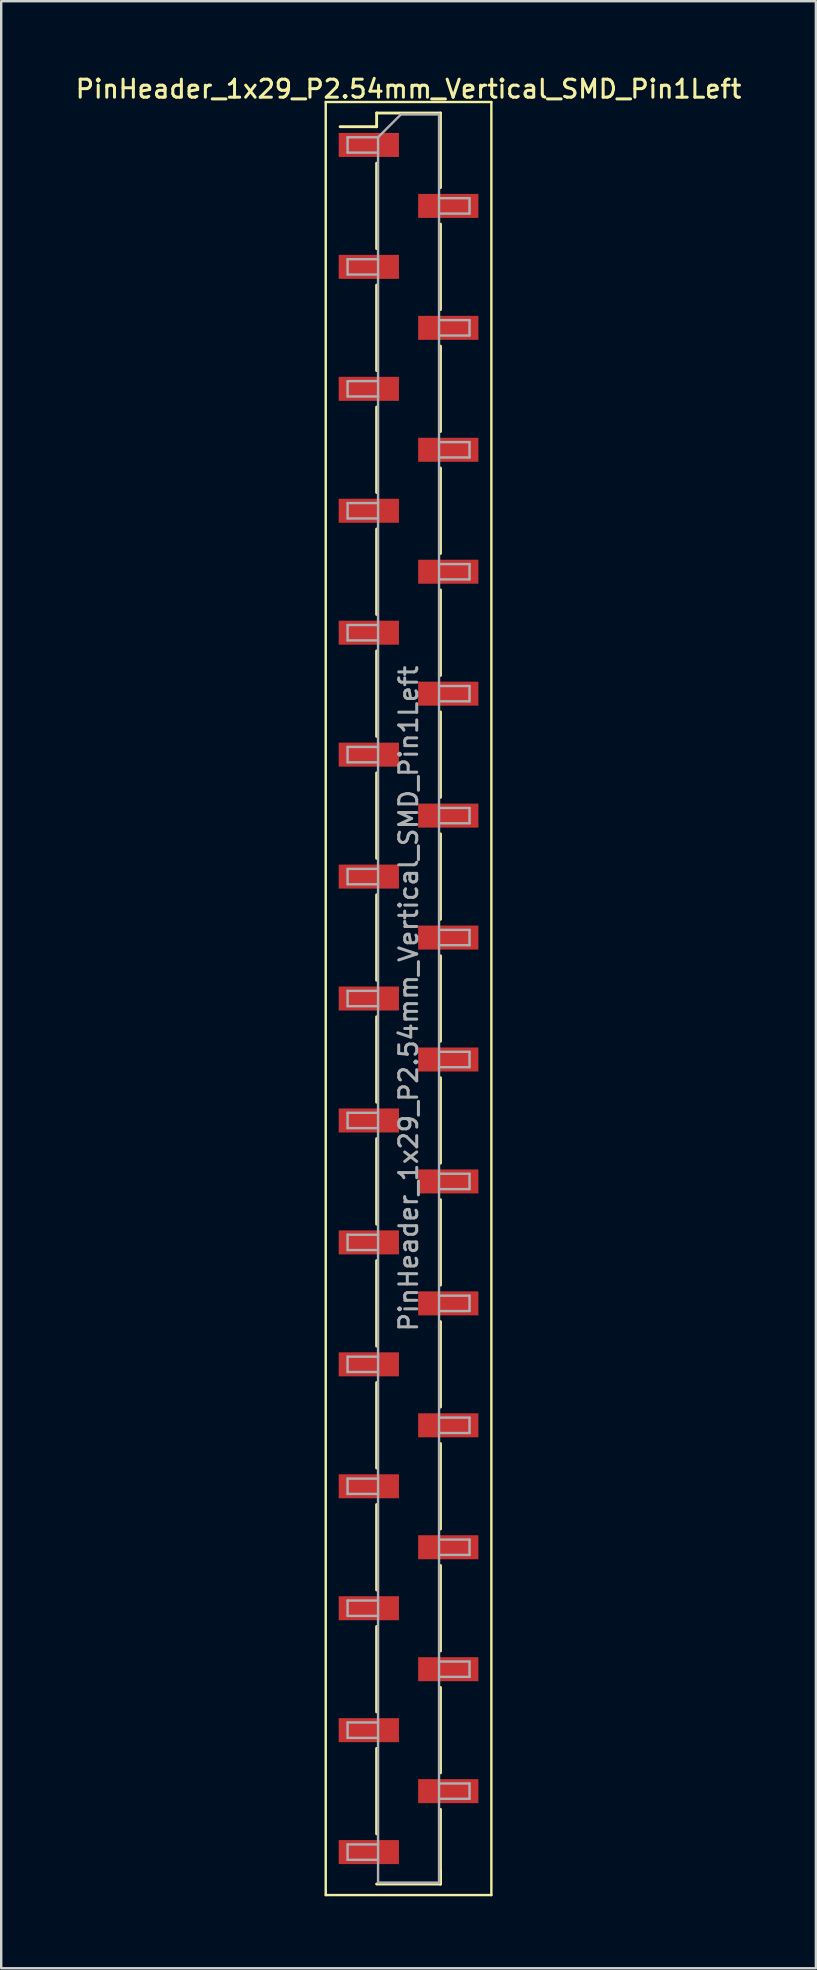
<source format=kicad_pcb>
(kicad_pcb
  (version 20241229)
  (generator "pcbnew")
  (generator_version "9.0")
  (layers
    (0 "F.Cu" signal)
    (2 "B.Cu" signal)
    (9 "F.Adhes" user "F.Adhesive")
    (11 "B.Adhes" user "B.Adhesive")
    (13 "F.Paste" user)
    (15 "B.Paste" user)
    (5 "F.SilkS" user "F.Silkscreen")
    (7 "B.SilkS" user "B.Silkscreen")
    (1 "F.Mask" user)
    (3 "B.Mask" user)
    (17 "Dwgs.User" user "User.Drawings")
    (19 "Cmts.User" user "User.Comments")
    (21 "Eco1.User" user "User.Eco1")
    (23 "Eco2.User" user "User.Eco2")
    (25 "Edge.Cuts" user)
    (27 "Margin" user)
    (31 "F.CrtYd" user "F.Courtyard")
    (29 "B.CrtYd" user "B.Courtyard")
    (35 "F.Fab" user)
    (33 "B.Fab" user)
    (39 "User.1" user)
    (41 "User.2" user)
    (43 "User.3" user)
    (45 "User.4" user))
  (footprint "PinHeader_1x29_P2.54mm_Vertical_SMD_Pin1Left"
    (layer "F.Cu")
    (at 13.97 38.548)
    (property "Reference" "PinHeader_1x29_P2.54mm_Vertical_SMD_Pin1Left" (at 0 -37.89 0) (layer "F.SilkS") (effects (font (size 0.75 0.75) (thickness 0.125))))
    (attr smd)
    (fp_line (start -3.45 -37.35) (end -3.45 37.35) (stroke (width 0.1) (type solid)) (layer "F.SilkS"))
    (fp_line (start -3.45 37.35) (end 3.45 37.35) (stroke (width 0.1) (type solid)) (layer "F.SilkS"))
    (fp_line (start -1.33 -36.89) (end -1.33 -36.32) (stroke (width 0.12) (type solid)) (layer "F.SilkS"))
    (fp_line (start -1.33 -36.89) (end 1.33 -36.89) (stroke (width 0.12) (type solid)) (layer "F.SilkS"))
    (fp_line (start -1.33 -36.32) (end -2.85 -36.32) (stroke (width 0.12) (type solid)) (layer "F.SilkS"))
    (fp_line (start -1.33 -34.8) (end -1.33 -31.24) (stroke (width 0.12) (type solid)) (layer "F.SilkS"))
    (fp_line (start -1.33 -29.72) (end -1.33 -26.16) (stroke (width 0.12) (type solid)) (layer "F.SilkS"))
    (fp_line (start -1.33 -24.64) (end -1.33 -21.08) (stroke (width 0.12) (type solid)) (layer "F.SilkS"))
    (fp_line (start -1.33 -19.56) (end -1.33 -16) (stroke (width 0.12) (type solid)) (layer "F.SilkS"))
    (fp_line (start -1.33 -14.48) (end -1.33 -10.92) (stroke (width 0.12) (type solid)) (layer "F.SilkS"))
    (fp_line (start -1.33 -9.4) (end -1.33 -5.84) (stroke (width 0.12) (type solid)) (layer "F.SilkS"))
    (fp_line (start -1.33 -4.32) (end -1.33 -0.76) (stroke (width 0.12) (type solid)) (layer "F.SilkS"))
    (fp_line (start -1.33 0.76) (end -1.33 4.32) (stroke (width 0.12) (type solid)) (layer "F.SilkS"))
    (fp_line (start -1.33 5.84) (end -1.33 9.4) (stroke (width 0.12) (type solid)) (layer "F.SilkS"))
    (fp_line (start -1.33 10.92) (end -1.33 14.48) (stroke (width 0.12) (type solid)) (layer "F.SilkS"))
    (fp_line (start -1.33 16) (end -1.33 19.56) (stroke (width 0.12) (type solid)) (layer "F.SilkS"))
    (fp_line (start -1.33 21.08) (end -1.33 24.64) (stroke (width 0.12) (type solid)) (layer "F.SilkS"))
    (fp_line (start -1.33 26.16) (end -1.33 29.72) (stroke (width 0.12) (type solid)) (layer "F.SilkS"))
    (fp_line (start -1.33 31.24) (end -1.33 34.8) (stroke (width 0.12) (type solid)) (layer "F.SilkS"))
    (fp_line (start -1.33 36.89) (end 1.33 36.89) (stroke (width 0.12) (type solid)) (layer "F.SilkS"))
    (fp_line (start 1.33 -36.89) (end 1.33 -33.78) (stroke (width 0.12) (type solid)) (layer "F.SilkS"))
    (fp_line (start 1.33 -32.26) (end 1.33 -28.7) (stroke (width 0.12) (type solid)) (layer "F.SilkS"))
    (fp_line (start 1.33 -27.18) (end 1.33 -23.62) (stroke (width 0.12) (type solid)) (layer "F.SilkS"))
    (fp_line (start 1.33 -22.1) (end 1.33 -18.54) (stroke (width 0.12) (type solid)) (layer "F.SilkS"))
    (fp_line (start 1.33 -17.02) (end 1.33 -13.46) (stroke (width 0.12) (type solid)) (layer "F.SilkS"))
    (fp_line (start 1.33 -11.94) (end 1.33 -8.38) (stroke (width 0.12) (type solid)) (layer "F.SilkS"))
    (fp_line (start 1.33 -6.86) (end 1.33 -3.3) (stroke (width 0.12) (type solid)) (layer "F.SilkS"))
    (fp_line (start 1.33 -1.78) (end 1.33 1.78) (stroke (width 0.12) (type solid)) (layer "F.SilkS"))
    (fp_line (start 1.33 3.3) (end 1.33 6.86) (stroke (width 0.12) (type solid)) (layer "F.SilkS"))
    (fp_line (start 1.33 8.38) (end 1.33 11.94) (stroke (width 0.12) (type solid)) (layer "F.SilkS"))
    (fp_line (start 1.33 13.46) (end 1.33 17.02) (stroke (width 0.12) (type solid)) (layer "F.SilkS"))
    (fp_line (start 1.33 18.54) (end 1.33 22.1) (stroke (width 0.12) (type solid)) (layer "F.SilkS"))
    (fp_line (start 1.33 23.62) (end 1.33 27.18) (stroke (width 0.12) (type solid)) (layer "F.SilkS"))
    (fp_line (start 1.33 28.7) (end 1.33 32.26) (stroke (width 0.12) (type solid)) (layer "F.SilkS"))
    (fp_line (start 1.33 33.78) (end 1.33 36.89) (stroke (width 0.12) (type solid)) (layer "F.SilkS"))
    (fp_line (start 1.33 36.32) (end 1.33 36.89) (stroke (width 0.12) (type solid)) (layer "F.SilkS"))
    (fp_line (start 3.45 -37.35) (end -3.45 -37.35) (stroke (width 0.1) (type solid)) (layer "F.SilkS"))
    (fp_line (start 3.45 37.35) (end 3.45 -37.35) (stroke (width 0.1) (type solid)) (layer "F.SilkS"))
    (fp_line (start -2.54 -35.88) (end -2.54 -35.24) (stroke (width 0.1) (type solid)) (layer "F.Fab"))
    (fp_line (start -2.54 -35.24) (end -1.27 -35.24) (stroke (width 0.1) (type solid)) (layer "F.Fab"))
    (fp_line (start -2.54 -30.8) (end -2.54 -30.16) (stroke (width 0.1) (type solid)) (layer "F.Fab"))
    (fp_line (start -2.54 -30.16) (end -1.27 -30.16) (stroke (width 0.1) (type solid)) (layer "F.Fab"))
    (fp_line (start -2.54 -25.72) (end -2.54 -25.08) (stroke (width 0.1) (type solid)) (layer "F.Fab"))
    (fp_line (start -2.54 -25.08) (end -1.27 -25.08) (stroke (width 0.1) (type solid)) (layer "F.Fab"))
    (fp_line (start -2.54 -20.64) (end -2.54 -20) (stroke (width 0.1) (type solid)) (layer "F.Fab"))
    (fp_line (start -2.54 -20) (end -1.27 -20) (stroke (width 0.1) (type solid)) (layer "F.Fab"))
    (fp_line (start -2.54 -15.56) (end -2.54 -14.92) (stroke (width 0.1) (type solid)) (layer "F.Fab"))
    (fp_line (start -2.54 -14.92) (end -1.27 -14.92) (stroke (width 0.1) (type solid)) (layer "F.Fab"))
    (fp_line (start -2.54 -10.48) (end -2.54 -9.84) (stroke (width 0.1) (type solid)) (layer "F.Fab"))
    (fp_line (start -2.54 -9.84) (end -1.27 -9.84) (stroke (width 0.1) (type solid)) (layer "F.Fab"))
    (fp_line (start -2.54 -5.4) (end -2.54 -4.76) (stroke (width 0.1) (type solid)) (layer "F.Fab"))
    (fp_line (start -2.54 -4.76) (end -1.27 -4.76) (stroke (width 0.1) (type solid)) (layer "F.Fab"))
    (fp_line (start -2.54 -0.32) (end -2.54 0.32) (stroke (width 0.1) (type solid)) (layer "F.Fab"))
    (fp_line (start -2.54 0.32) (end -1.27 0.32) (stroke (width 0.1) (type solid)) (layer "F.Fab"))
    (fp_line (start -2.54 4.76) (end -2.54 5.4) (stroke (width 0.1) (type solid)) (layer "F.Fab"))
    (fp_line (start -2.54 5.4) (end -1.27 5.4) (stroke (width 0.1) (type solid)) (layer "F.Fab"))
    (fp_line (start -2.54 9.84) (end -2.54 10.48) (stroke (width 0.1) (type solid)) (layer "F.Fab"))
    (fp_line (start -2.54 10.48) (end -1.27 10.48) (stroke (width 0.1) (type solid)) (layer "F.Fab"))
    (fp_line (start -2.54 14.92) (end -2.54 15.56) (stroke (width 0.1) (type solid)) (layer "F.Fab"))
    (fp_line (start -2.54 15.56) (end -1.27 15.56) (stroke (width 0.1) (type solid)) (layer "F.Fab"))
    (fp_line (start -2.54 20) (end -2.54 20.64) (stroke (width 0.1) (type solid)) (layer "F.Fab"))
    (fp_line (start -2.54 20.64) (end -1.27 20.64) (stroke (width 0.1) (type solid)) (layer "F.Fab"))
    (fp_line (start -2.54 25.08) (end -2.54 25.72) (stroke (width 0.1) (type solid)) (layer "F.Fab"))
    (fp_line (start -2.54 25.72) (end -1.27 25.72) (stroke (width 0.1) (type solid)) (layer "F.Fab"))
    (fp_line (start -2.54 30.16) (end -2.54 30.8) (stroke (width 0.1) (type solid)) (layer "F.Fab"))
    (fp_line (start -2.54 30.8) (end -1.27 30.8) (stroke (width 0.1) (type solid)) (layer "F.Fab"))
    (fp_line (start -2.54 35.24) (end -2.54 35.88) (stroke (width 0.1) (type solid)) (layer "F.Fab"))
    (fp_line (start -2.54 35.88) (end -1.27 35.88) (stroke (width 0.1) (type solid)) (layer "F.Fab"))
    (fp_line (start -1.27 -35.88) (end -2.54 -35.88) (stroke (width 0.1) (type solid)) (layer "F.Fab"))
    (fp_line (start -1.27 -35.88) (end -0.32 -36.83) (stroke (width 0.1) (type solid)) (layer "F.Fab"))
    (fp_line (start -1.27 -30.8) (end -2.54 -30.8) (stroke (width 0.1) (type solid)) (layer "F.Fab"))
    (fp_line (start -1.27 -25.72) (end -2.54 -25.72) (stroke (width 0.1) (type solid)) (layer "F.Fab"))
    (fp_line (start -1.27 -20.64) (end -2.54 -20.64) (stroke (width 0.1) (type solid)) (layer "F.Fab"))
    (fp_line (start -1.27 -15.56) (end -2.54 -15.56) (stroke (width 0.1) (type solid)) (layer "F.Fab"))
    (fp_line (start -1.27 -10.48) (end -2.54 -10.48) (stroke (width 0.1) (type solid)) (layer "F.Fab"))
    (fp_line (start -1.27 -5.4) (end -2.54 -5.4) (stroke (width 0.1) (type solid)) (layer "F.Fab"))
    (fp_line (start -1.27 -0.32) (end -2.54 -0.32) (stroke (width 0.1) (type solid)) (layer "F.Fab"))
    (fp_line (start -1.27 4.76) (end -2.54 4.76) (stroke (width 0.1) (type solid)) (layer "F.Fab"))
    (fp_line (start -1.27 9.84) (end -2.54 9.84) (stroke (width 0.1) (type solid)) (layer "F.Fab"))
    (fp_line (start -1.27 14.92) (end -2.54 14.92) (stroke (width 0.1) (type solid)) (layer "F.Fab"))
    (fp_line (start -1.27 20) (end -2.54 20) (stroke (width 0.1) (type solid)) (layer "F.Fab"))
    (fp_line (start -1.27 25.08) (end -2.54 25.08) (stroke (width 0.1) (type solid)) (layer "F.Fab"))
    (fp_line (start -1.27 30.16) (end -2.54 30.16) (stroke (width 0.1) (type solid)) (layer "F.Fab"))
    (fp_line (start -1.27 35.24) (end -2.54 35.24) (stroke (width 0.1) (type solid)) (layer "F.Fab"))
    (fp_line (start -1.27 36.83) (end -1.27 -35.88) (stroke (width 0.1) (type solid)) (layer "F.Fab"))
    (fp_line (start -0.32 -36.83) (end 1.27 -36.83) (stroke (width 0.1) (type solid)) (layer "F.Fab"))
    (fp_line (start 1.27 -36.83) (end 1.27 36.83) (stroke (width 0.1) (type solid)) (layer "F.Fab"))
    (fp_line (start 1.27 -33.34) (end 2.54 -33.34) (stroke (width 0.1) (type solid)) (layer "F.Fab"))
    (fp_line (start 1.27 -28.26) (end 2.54 -28.26) (stroke (width 0.1) (type solid)) (layer "F.Fab"))
    (fp_line (start 1.27 -23.18) (end 2.54 -23.18) (stroke (width 0.1) (type solid)) (layer "F.Fab"))
    (fp_line (start 1.27 -18.1) (end 2.54 -18.1) (stroke (width 0.1) (type solid)) (layer "F.Fab"))
    (fp_line (start 1.27 -13.02) (end 2.54 -13.02) (stroke (width 0.1) (type solid)) (layer "F.Fab"))
    (fp_line (start 1.27 -7.94) (end 2.54 -7.94) (stroke (width 0.1) (type solid)) (layer "F.Fab"))
    (fp_line (start 1.27 -2.86) (end 2.54 -2.86) (stroke (width 0.1) (type solid)) (layer "F.Fab"))
    (fp_line (start 1.27 2.22) (end 2.54 2.22) (stroke (width 0.1) (type solid)) (layer "F.Fab"))
    (fp_line (start 1.27 7.3) (end 2.54 7.3) (stroke (width 0.1) (type solid)) (layer "F.Fab"))
    (fp_line (start 1.27 12.38) (end 2.54 12.38) (stroke (width 0.1) (type solid)) (layer "F.Fab"))
    (fp_line (start 1.27 17.46) (end 2.54 17.46) (stroke (width 0.1) (type solid)) (layer "F.Fab"))
    (fp_line (start 1.27 22.54) (end 2.54 22.54) (stroke (width 0.1) (type solid)) (layer "F.Fab"))
    (fp_line (start 1.27 27.62) (end 2.54 27.62) (stroke (width 0.1) (type solid)) (layer "F.Fab"))
    (fp_line (start 1.27 32.7) (end 2.54 32.7) (stroke (width 0.1) (type solid)) (layer "F.Fab"))
    (fp_line (start 1.27 36.83) (end -1.27 36.83) (stroke (width 0.1) (type solid)) (layer "F.Fab"))
    (fp_line (start 2.54 -33.34) (end 2.54 -32.7) (stroke (width 0.1) (type solid)) (layer "F.Fab"))
    (fp_line (start 2.54 -32.7) (end 1.27 -32.7) (stroke (width 0.1) (type solid)) (layer "F.Fab"))
    (fp_line (start 2.54 -28.26) (end 2.54 -27.62) (stroke (width 0.1) (type solid)) (layer "F.Fab"))
    (fp_line (start 2.54 -27.62) (end 1.27 -27.62) (stroke (width 0.1) (type solid)) (layer "F.Fab"))
    (fp_line (start 2.54 -23.18) (end 2.54 -22.54) (stroke (width 0.1) (type solid)) (layer "F.Fab"))
    (fp_line (start 2.54 -22.54) (end 1.27 -22.54) (stroke (width 0.1) (type solid)) (layer "F.Fab"))
    (fp_line (start 2.54 -18.1) (end 2.54 -17.46) (stroke (width 0.1) (type solid)) (layer "F.Fab"))
    (fp_line (start 2.54 -17.46) (end 1.27 -17.46) (stroke (width 0.1) (type solid)) (layer "F.Fab"))
    (fp_line (start 2.54 -13.02) (end 2.54 -12.38) (stroke (width 0.1) (type solid)) (layer "F.Fab"))
    (fp_line (start 2.54 -12.38) (end 1.27 -12.38) (stroke (width 0.1) (type solid)) (layer "F.Fab"))
    (fp_line (start 2.54 -7.94) (end 2.54 -7.3) (stroke (width 0.1) (type solid)) (layer "F.Fab"))
    (fp_line (start 2.54 -7.3) (end 1.27 -7.3) (stroke (width 0.1) (type solid)) (layer "F.Fab"))
    (fp_line (start 2.54 -2.86) (end 2.54 -2.22) (stroke (width 0.1) (type solid)) (layer "F.Fab"))
    (fp_line (start 2.54 -2.22) (end 1.27 -2.22) (stroke (width 0.1) (type solid)) (layer "F.Fab"))
    (fp_line (start 2.54 2.22) (end 2.54 2.86) (stroke (width 0.1) (type solid)) (layer "F.Fab"))
    (fp_line (start 2.54 2.86) (end 1.27 2.86) (stroke (width 0.1) (type solid)) (layer "F.Fab"))
    (fp_line (start 2.54 7.3) (end 2.54 7.94) (stroke (width 0.1) (type solid)) (layer "F.Fab"))
    (fp_line (start 2.54 7.94) (end 1.27 7.94) (stroke (width 0.1) (type solid)) (layer "F.Fab"))
    (fp_line (start 2.54 12.38) (end 2.54 13.02) (stroke (width 0.1) (type solid)) (layer "F.Fab"))
    (fp_line (start 2.54 13.02) (end 1.27 13.02) (stroke (width 0.1) (type solid)) (layer "F.Fab"))
    (fp_line (start 2.54 17.46) (end 2.54 18.1) (stroke (width 0.1) (type solid)) (layer "F.Fab"))
    (fp_line (start 2.54 18.1) (end 1.27 18.1) (stroke (width 0.1) (type solid)) (layer "F.Fab"))
    (fp_line (start 2.54 22.54) (end 2.54 23.18) (stroke (width 0.1) (type solid)) (layer "F.Fab"))
    (fp_line (start 2.54 23.18) (end 1.27 23.18) (stroke (width 0.1) (type solid)) (layer "F.Fab"))
    (fp_line (start 2.54 27.62) (end 2.54 28.26) (stroke (width 0.1) (type solid)) (layer "F.Fab"))
    (fp_line (start 2.54 28.26) (end 1.27 28.26) (stroke (width 0.1) (type solid)) (layer "F.Fab"))
    (fp_line (start 2.54 32.7) (end 2.54 33.34) (stroke (width 0.1) (type solid)) (layer "F.Fab"))
    (fp_line (start 2.54 33.34) (end 1.27 33.34) (stroke (width 0.1) (type solid)) (layer "F.Fab"))
    (fp_text user "${REFERENCE}" (at 0 0 90) (layer "F.Fab") (effects (font (size 0.75 0.75) (thickness 0.125))))
    (pad "1" smd rect (at -1.655 -35.56) (size 2.51 1) (layers "F.Cu" "F.Mask" "F.Paste"))
    (pad "2" smd rect (at 1.655 -33.02) (size 2.51 1) (layers "F.Cu" "F.Mask" "F.Paste"))
    (pad "3" smd rect (at -1.655 -30.48) (size 2.51 1) (layers "F.Cu" "F.Mask" "F.Paste"))
    (pad "4" smd rect (at 1.655 -27.94) (size 2.51 1) (layers "F.Cu" "F.Mask" "F.Paste"))
    (pad "5" smd rect (at -1.655 -25.4) (size 2.51 1) (layers "F.Cu" "F.Mask" "F.Paste"))
    (pad "6" smd rect (at 1.655 -22.86) (size 2.51 1) (layers "F.Cu" "F.Mask" "F.Paste"))
    (pad "7" smd rect (at -1.655 -20.32) (size 2.51 1) (layers "F.Cu" "F.Mask" "F.Paste"))
    (pad "8" smd rect (at 1.655 -17.78) (size 2.51 1) (layers "F.Cu" "F.Mask" "F.Paste"))
    (pad "9" smd rect (at -1.655 -15.24) (size 2.51 1) (layers "F.Cu" "F.Mask" "F.Paste"))
    (pad "10" smd rect (at 1.655 -12.7) (size 2.51 1) (layers "F.Cu" "F.Mask" "F.Paste"))
    (pad "11" smd rect (at -1.655 -10.16) (size 2.51 1) (layers "F.Cu" "F.Mask" "F.Paste"))
    (pad "12" smd rect (at 1.655 -7.62) (size 2.51 1) (layers "F.Cu" "F.Mask" "F.Paste"))
    (pad "13" smd rect (at -1.655 -5.08) (size 2.51 1) (layers "F.Cu" "F.Mask" "F.Paste"))
    (pad "14" smd rect (at 1.655 -2.54) (size 2.51 1) (layers "F.Cu" "F.Mask" "F.Paste"))
    (pad "15" smd rect (at -1.655 0) (size 2.51 1) (layers "F.Cu" "F.Mask" "F.Paste"))
    (pad "16" smd rect (at 1.655 2.54) (size 2.51 1) (layers "F.Cu" "F.Mask" "F.Paste"))
    (pad "17" smd rect (at -1.655 5.08) (size 2.51 1) (layers "F.Cu" "F.Mask" "F.Paste"))
    (pad "18" smd rect (at 1.655 7.62) (size 2.51 1) (layers "F.Cu" "F.Mask" "F.Paste"))
    (pad "19" smd rect (at -1.655 10.16) (size 2.51 1) (layers "F.Cu" "F.Mask" "F.Paste"))
    (pad "20" smd rect (at 1.655 12.7) (size 2.51 1) (layers "F.Cu" "F.Mask" "F.Paste"))
    (pad "21" smd rect (at -1.655 15.24) (size 2.51 1) (layers "F.Cu" "F.Mask" "F.Paste"))
    (pad "22" smd rect (at 1.655 17.78) (size 2.51 1) (layers "F.Cu" "F.Mask" "F.Paste"))
    (pad "23" smd rect (at -1.655 20.32) (size 2.51 1) (layers "F.Cu" "F.Mask" "F.Paste"))
    (pad "24" smd rect (at 1.655 22.86) (size 2.51 1) (layers "F.Cu" "F.Mask" "F.Paste"))
    (pad "25" smd rect (at -1.655 25.4) (size 2.51 1) (layers "F.Cu" "F.Mask" "F.Paste"))
    (pad "26" smd rect (at 1.655 27.94) (size 2.51 1) (layers "F.Cu" "F.Mask" "F.Paste"))
    (pad "27" smd rect (at -1.655 30.48) (size 2.51 1) (layers "F.Cu" "F.Mask" "F.Paste"))
    (pad "28" smd rect (at 1.655 33.02) (size 2.51 1) (layers "F.Cu" "F.Mask" "F.Paste"))
    (pad "29" smd rect (at -1.655 35.56) (size 2.51 1) (layers "F.Cu" "F.Mask" "F.Paste")))
  (gr_rect
    (start -3 -3)
    (end 30.939 78.948)
    (stroke (width 0.1) (type default))
    (fill no)
    (layer "Edge.Cuts")))
</source>
